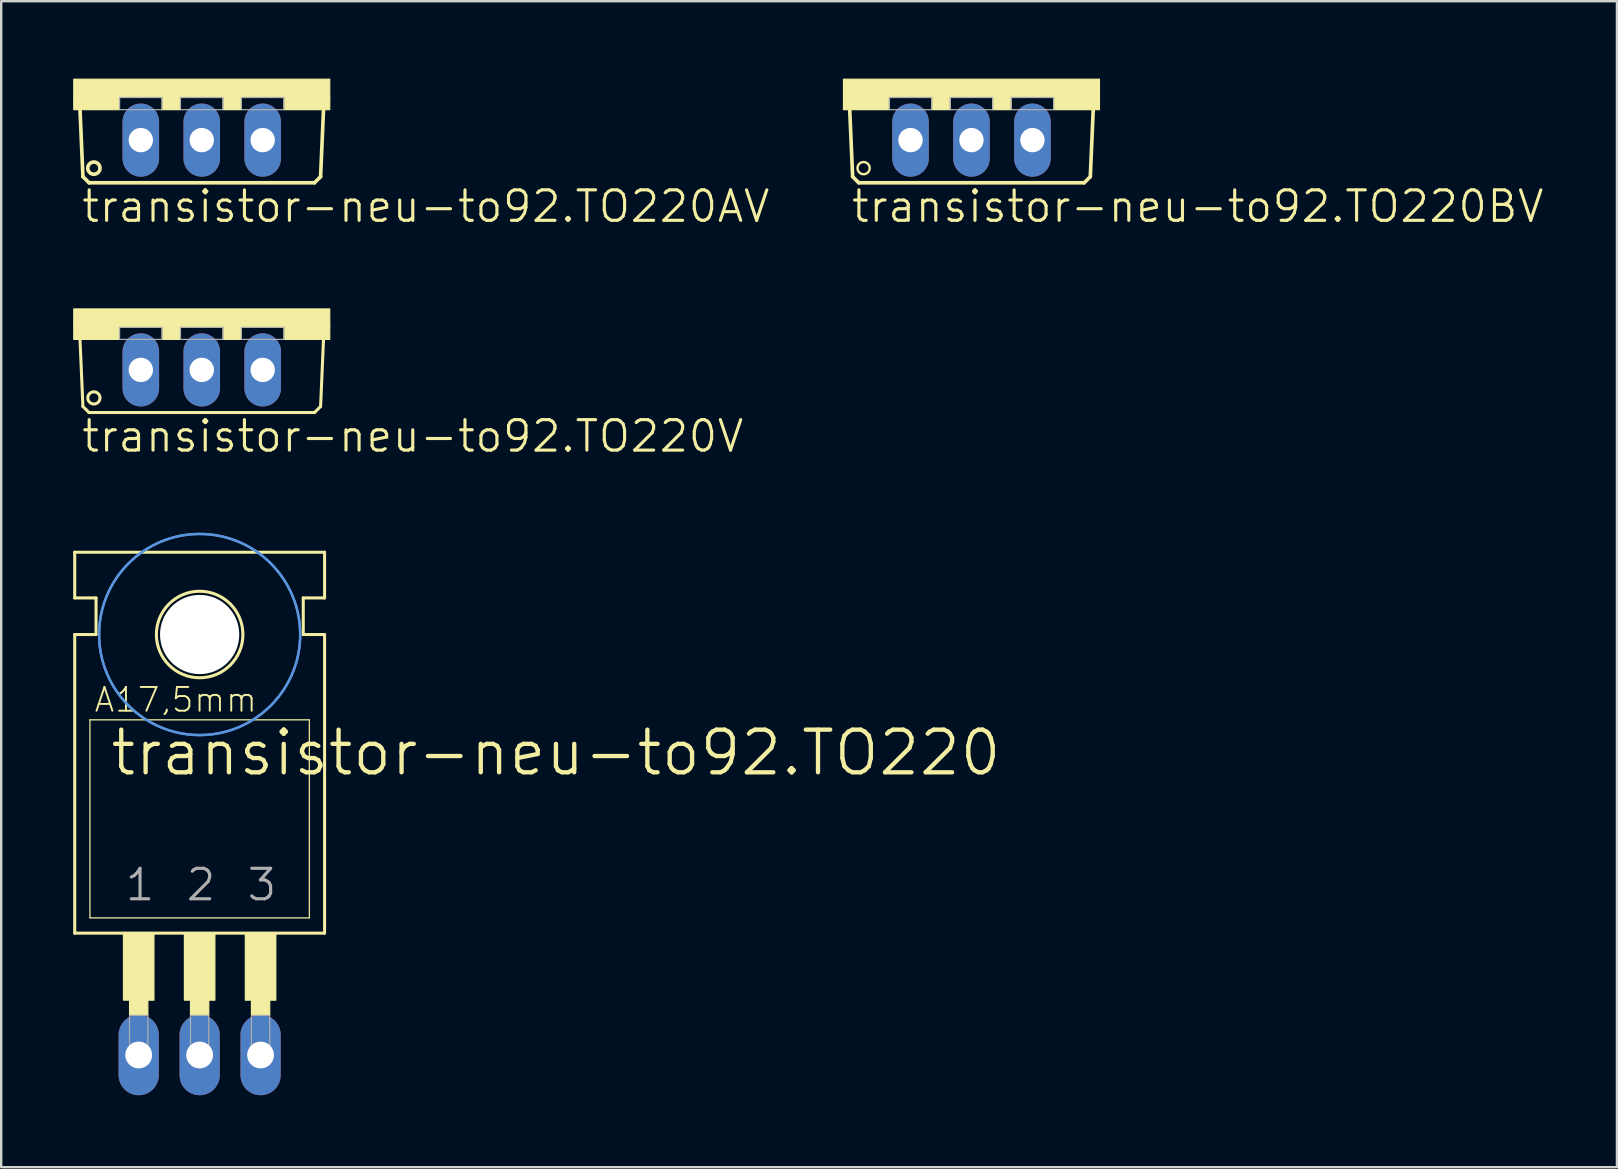
<source format=kicad_pcb>
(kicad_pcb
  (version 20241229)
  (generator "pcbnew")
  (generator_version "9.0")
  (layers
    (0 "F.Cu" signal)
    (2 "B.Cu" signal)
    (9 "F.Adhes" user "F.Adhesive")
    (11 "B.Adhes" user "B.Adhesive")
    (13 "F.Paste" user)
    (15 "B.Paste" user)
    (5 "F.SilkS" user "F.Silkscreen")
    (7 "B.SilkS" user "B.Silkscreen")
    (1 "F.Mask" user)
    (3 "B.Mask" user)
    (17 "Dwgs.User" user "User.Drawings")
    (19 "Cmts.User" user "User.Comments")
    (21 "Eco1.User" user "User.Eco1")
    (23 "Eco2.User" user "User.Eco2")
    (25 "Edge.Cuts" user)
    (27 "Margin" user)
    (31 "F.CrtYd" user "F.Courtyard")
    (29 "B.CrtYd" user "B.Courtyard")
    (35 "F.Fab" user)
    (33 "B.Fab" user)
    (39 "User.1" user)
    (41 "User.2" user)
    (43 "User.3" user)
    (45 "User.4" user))
  (footprint "transistor-neu-to92.TO220"
    (layer "F.Cu")
    (at 5.271 34.572)
    (property "Reference" "transistor-neu-to92.TO220" (at -3.81 -5.207 0) (layer "F.SilkS") (effects (font (size 1.778 1.778) (thickness 0.18)) (justify left bottom)))
    (attr through_hole)
    (fp_line (start -5.207 -12.7) (end -5.207 -14.605) (stroke (width 0.127) (type default)) (layer "F.SilkS"))
    (fp_line (start -5.207 -11.176) (end -4.318 -11.176) (stroke (width 0.127) (type default)) (layer "F.SilkS"))
    (fp_line (start -5.207 1.27) (end -5.207 -11.176) (stroke (width 0.127) (type default)) (layer "F.SilkS"))
    (fp_line (start -5.207 1.27) (end 5.207 1.27) (stroke (width 0.127) (type default)) (layer "F.SilkS"))
    (fp_line (start -4.572 0.635) (end -4.572 -7.62) (stroke (width 0.051) (type default)) (layer "F.SilkS"))
    (fp_line (start -4.572 0.635) (end 4.572 0.635) (stroke (width 0.051) (type default)) (layer "F.SilkS"))
    (fp_line (start -4.318 -12.7) (end -5.207 -12.7) (stroke (width 0.127) (type default)) (layer "F.SilkS"))
    (fp_line (start -4.318 -11.176) (end -4.318 -12.7) (stroke (width 0.127) (type default)) (layer "F.SilkS"))
    (fp_line (start 4.318 -12.7) (end 5.207 -12.7) (stroke (width 0.127) (type default)) (layer "F.SilkS"))
    (fp_line (start 4.318 -11.176) (end 4.318 -12.7) (stroke (width 0.127) (type default)) (layer "F.SilkS"))
    (fp_line (start 4.572 -7.62) (end -4.572 -7.62) (stroke (width 0.051) (type default)) (layer "F.SilkS"))
    (fp_line (start 4.572 -7.62) (end 4.572 0.635) (stroke (width 0.051) (type default)) (layer "F.SilkS"))
    (fp_line (start 5.207 -14.605) (end -5.207 -14.605) (stroke (width 0.127) (type default)) (layer "F.SilkS"))
    (fp_line (start 5.207 -12.7) (end 5.207 -14.605) (stroke (width 0.127) (type default)) (layer "F.SilkS"))
    (fp_line (start 5.207 -11.176) (end 4.318 -11.176) (stroke (width 0.127) (type default)) (layer "F.SilkS"))
    (fp_line (start 5.207 1.27) (end 5.207 -11.176) (stroke (width 0.127) (type default)) (layer "F.SilkS"))
    (fp_rect (start -3.175 4.064) (end -1.905 1.27) (stroke (width 0.05) (type default)) (fill yes) (layer "F.SilkS"))
    (fp_rect (start -2.921 4.699) (end -2.159 4.064) (stroke (width 0.05) (type default)) (fill yes) (layer "F.SilkS"))
    (fp_rect (start -0.635 4.064) (end 0.635 1.27) (stroke (width 0.05) (type default)) (fill yes) (layer "F.SilkS"))
    (fp_rect (start -0.381 4.699) (end 0.381 4.064) (stroke (width 0.05) (type default)) (fill yes) (layer "F.SilkS"))
    (fp_rect (start 1.905 4.064) (end 3.175 1.27) (stroke (width 0.05) (type default)) (fill yes) (layer "F.SilkS"))
    (fp_rect (start 2.159 4.699) (end 2.921 4.064) (stroke (width 0.05) (type default)) (fill yes) (layer "F.SilkS"))
    (fp_circle (center 0 -11.176) (end 1.803 -11.176) (stroke (width 0.127) (type default)) (fill no) (layer "F.SilkS"))
    (fp_circle (center 0 -11.176) (end 4.191 -11.176) (stroke (width 0.1) (type default)) (fill no) (layer "Cmts.User"))
    (fp_circle (center 0 -11.176) (end 4.191 -11.176) (stroke (width 0.1) (type default)) (fill no) (layer "Cmts.User"))
    (fp_rect (start -2.921 6.604) (end -2.159 4.699) (stroke (width 0.05) (type default)) (fill no) (layer "F.Fab"))
    (fp_rect (start -0.381 6.604) (end 0.381 4.699) (stroke (width 0.05) (type default)) (fill no) (layer "F.Fab"))
    (fp_rect (start 2.159 6.604) (end 2.921 4.699) (stroke (width 0.05) (type default)) (fill no) (layer "F.Fab"))
    (fp_text user "A17,5mm" (at -4.445 -7.874 0) (layer "F.SilkS") (effects (font (size 0.991 0.991) (thickness 0.08)) (justify left bottom)))
    (fp_text user "1" (at -3.175 0 0) (layer "F.Fab") (effects (font (size 1.27 1.27) (thickness 0.13)) (justify left bottom)))
    (fp_text user "2" (at -0.635 0 0) (layer "F.Fab") (effects (font (size 1.27 1.27) (thickness 0.13)) (justify left bottom)))
    (fp_text user "3" (at 1.905 0 0) (layer "F.Fab") (effects (font (size 1.27 1.27) (thickness 0.13)) (justify left bottom)))
    (pad "" np_thru_hole circle (at 0 -11.176) (size 3.302 3.302) (drill 3.302) (layers "*.Cu" "*.Mask"))
    (pad "1" thru_hole oval (at -2.54 6.35 90) (size 3.353 1.676) (drill 1.118) (layers "*.Cu" "*.Mask"))
    (pad "2" thru_hole oval (at 0 6.35 90) (size 3.353 1.676) (drill 1.118) (layers "*.Cu" "*.Mask"))
    (pad "3" thru_hole oval (at 2.54 6.35 90) (size 3.353 1.676) (drill 1.118) (layers "*.Cu" "*.Mask")))
  (footprint "transistor-neu-to92.TO220V"
    (layer "F.Cu")
    (at 5.359 9.827)
    (property "Reference" "transistor-neu-to92.TO220V" (at -5.08 6.045 0) (layer "F.SilkS") (effects (font (size 1.27 1.27) (thickness 0.13)) (justify left bottom)))
    (attr through_hole)
    (fp_line (start -4.953 4.064) (end -5.08 1.143) (stroke (width 0.127) (type default)) (layer "F.SilkS"))
    (fp_line (start -4.953 4.064) (end -4.699 4.318) (stroke (width 0.127) (type default)) (layer "F.SilkS"))
    (fp_line (start 4.699 4.318) (end -4.699 4.318) (stroke (width 0.127) (type default)) (layer "F.SilkS"))
    (fp_line (start 4.699 4.318) (end 4.953 4.064) (stroke (width 0.127) (type default)) (layer "F.SilkS"))
    (fp_line (start 5.08 1.143) (end 4.953 4.064) (stroke (width 0.127) (type default)) (layer "F.SilkS"))
    (fp_rect (start -5.334 0.762) (end 5.334 0) (stroke (width 0.05) (type default)) (fill yes) (layer "F.SilkS"))
    (fp_rect (start -5.334 1.27) (end -3.429 0.762) (stroke (width 0.05) (type default)) (fill yes) (layer "F.SilkS"))
    (fp_rect (start -1.651 1.27) (end -0.889 0.762) (stroke (width 0.05) (type default)) (fill yes) (layer "F.SilkS"))
    (fp_rect (start 0.889 1.27) (end 1.651 0.762) (stroke (width 0.05) (type default)) (fill yes) (layer "F.SilkS"))
    (fp_rect (start 3.429 1.27) (end 5.334 0.762) (stroke (width 0.05) (type default)) (fill yes) (layer "F.SilkS"))
    (fp_circle (center -4.496 3.708) (end -4.242 3.708) (stroke (width 0.127) (type default)) (fill no) (layer "F.SilkS"))
    (fp_rect (start -3.429 1.27) (end -1.651 0.762) (stroke (width 0.05) (type default)) (fill no) (layer "F.Fab"))
    (fp_rect (start -0.889 1.27) (end 0.889 0.762) (stroke (width 0.05) (type default)) (fill no) (layer "F.Fab"))
    (fp_rect (start 1.651 1.27) (end 3.429 0.762) (stroke (width 0.05) (type default)) (fill no) (layer "F.Fab"))
    (pad "1" thru_hole oval (at -2.54 2.54 90) (size 3.048 1.524) (drill 1.016) (layers "*.Cu" "*.Mask"))
    (pad "2" thru_hole oval (at 0 2.54 90) (size 3.048 1.524) (drill 1.016) (layers "*.Cu" "*.Mask"))
    (pad "3" thru_hole oval (at 2.54 2.54 90) (size 3.048 1.524) (drill 1.016) (layers "*.Cu" "*.Mask")))
  (footprint "transistor-neu-to92.TO220AV"
    (layer "F.Cu")
    (at 5.359 0.25)
    (property "Reference" "transistor-neu-to92.TO220AV" (at -5.08 6.045 0) (layer "F.SilkS") (effects (font (size 1.27 1.27) (thickness 0.13)) (justify left bottom)))
    (attr through_hole)
    (fp_line (start -4.953 4.064) (end -5.08 1.143) (stroke (width 0.152) (type default)) (layer "F.SilkS"))
    (fp_line (start -4.953 4.064) (end -4.699 4.318) (stroke (width 0.152) (type default)) (layer "F.SilkS"))
    (fp_line (start 4.699 4.318) (end -4.699 4.318) (stroke (width 0.152) (type default)) (layer "F.SilkS"))
    (fp_line (start 4.699 4.318) (end 4.953 4.064) (stroke (width 0.152) (type default)) (layer "F.SilkS"))
    (fp_line (start 5.08 1.143) (end 4.953 4.064) (stroke (width 0.152) (type default)) (layer "F.SilkS"))
    (fp_rect (start -5.334 0.762) (end 5.334 0) (stroke (width 0.05) (type default)) (fill yes) (layer "F.SilkS"))
    (fp_rect (start -5.334 1.27) (end -3.429 0.762) (stroke (width 0.05) (type default)) (fill yes) (layer "F.SilkS"))
    (fp_rect (start -1.651 1.27) (end -0.889 0.762) (stroke (width 0.05) (type default)) (fill yes) (layer "F.SilkS"))
    (fp_rect (start 0.889 1.27) (end 1.651 0.762) (stroke (width 0.05) (type default)) (fill yes) (layer "F.SilkS"))
    (fp_rect (start 3.429 1.27) (end 5.334 0.762) (stroke (width 0.05) (type default)) (fill yes) (layer "F.SilkS"))
    (fp_circle (center -4.496 3.708) (end -4.242 3.708) (stroke (width 0.152) (type default)) (fill no) (layer "F.SilkS"))
    (fp_rect (start -3.429 1.27) (end -1.651 0.762) (stroke (width 0.05) (type default)) (fill no) (layer "F.Fab"))
    (fp_rect (start -0.889 1.27) (end 0.889 0.762) (stroke (width 0.05) (type default)) (fill no) (layer "F.Fab"))
    (fp_rect (start 1.651 1.27) (end 3.429 0.762) (stroke (width 0.05) (type default)) (fill no) (layer "F.Fab"))
    (pad "1" thru_hole oval (at -2.54 2.54 90) (size 3.048 1.524) (drill 1.016) (layers "*.Cu" "*.Mask"))
    (pad "2" thru_hole oval (at 0 2.54 90) (size 3.048 1.524) (drill 1.016) (layers "*.Cu" "*.Mask"))
    (pad "3" thru_hole oval (at 2.54 2.54 90) (size 3.048 1.524) (drill 1.016) (layers "*.Cu" "*.Mask")))
  (footprint "transistor-neu-to92.TO220BV"
    (layer "F.Cu")
    (at 37.44 0.25)
    (property "Reference" "transistor-neu-to92.TO220BV" (at -5.08 6.045 0) (layer "F.SilkS") (effects (font (size 1.27 1.27) (thickness 0.13)) (justify left bottom)))
    (attr through_hole)
    (fp_line (start -4.953 4.064) (end -5.08 1.143) (stroke (width 0.152) (type default)) (layer "F.SilkS"))
    (fp_line (start -4.953 4.064) (end -4.699 4.318) (stroke (width 0.152) (type default)) (layer "F.SilkS"))
    (fp_line (start 4.699 4.318) (end -4.699 4.318) (stroke (width 0.152) (type default)) (layer "F.SilkS"))
    (fp_line (start 4.699 4.318) (end 4.953 4.064) (stroke (width 0.152) (type default)) (layer "F.SilkS"))
    (fp_line (start 5.08 1.143) (end 4.953 4.064) (stroke (width 0.152) (type default)) (layer "F.SilkS"))
    (fp_rect (start -5.334 0.762) (end 5.334 0) (stroke (width 0.05) (type default)) (fill yes) (layer "F.SilkS"))
    (fp_rect (start -5.334 1.27) (end -3.429 0.762) (stroke (width 0.05) (type default)) (fill yes) (layer "F.SilkS"))
    (fp_rect (start -1.651 1.27) (end -0.889 0.762) (stroke (width 0.05) (type default)) (fill yes) (layer "F.SilkS"))
    (fp_rect (start 0.889 1.27) (end 1.651 0.762) (stroke (width 0.05) (type default)) (fill yes) (layer "F.SilkS"))
    (fp_rect (start 3.429 1.27) (end 5.334 0.762) (stroke (width 0.05) (type default)) (fill yes) (layer "F.SilkS"))
    (fp_circle (center -4.496 3.708) (end -4.242 3.708) (stroke (width 0.1) (type default)) (fill no) (layer "F.SilkS"))
    (fp_rect (start -3.429 1.27) (end -1.651 0.762) (stroke (width 0.05) (type default)) (fill no) (layer "F.Fab"))
    (fp_rect (start -0.889 1.27) (end 0.889 0.762) (stroke (width 0.05) (type default)) (fill no) (layer "F.Fab"))
    (fp_rect (start 1.651 1.27) (end 3.429 0.762) (stroke (width 0.05) (type default)) (fill no) (layer "F.Fab"))
    (pad "1" thru_hole oval (at -2.54 2.54 90) (size 3.048 1.524) (drill 1.016) (layers "*.Cu" "*.Mask"))
    (pad "2" thru_hole oval (at 0 2.54 90) (size 3.048 1.524) (drill 1.016) (layers "*.Cu" "*.Mask"))
    (pad "3" thru_hole oval (at 2.54 2.54 90) (size 3.048 1.524) (drill 1.016) (layers "*.Cu" "*.Mask")))
  (gr_rect
    (start -3 -3)
    (end 64.343 45.598)
    (stroke (width 0.1) (type default))
    (fill no)
    (layer "Edge.Cuts")))
</source>
